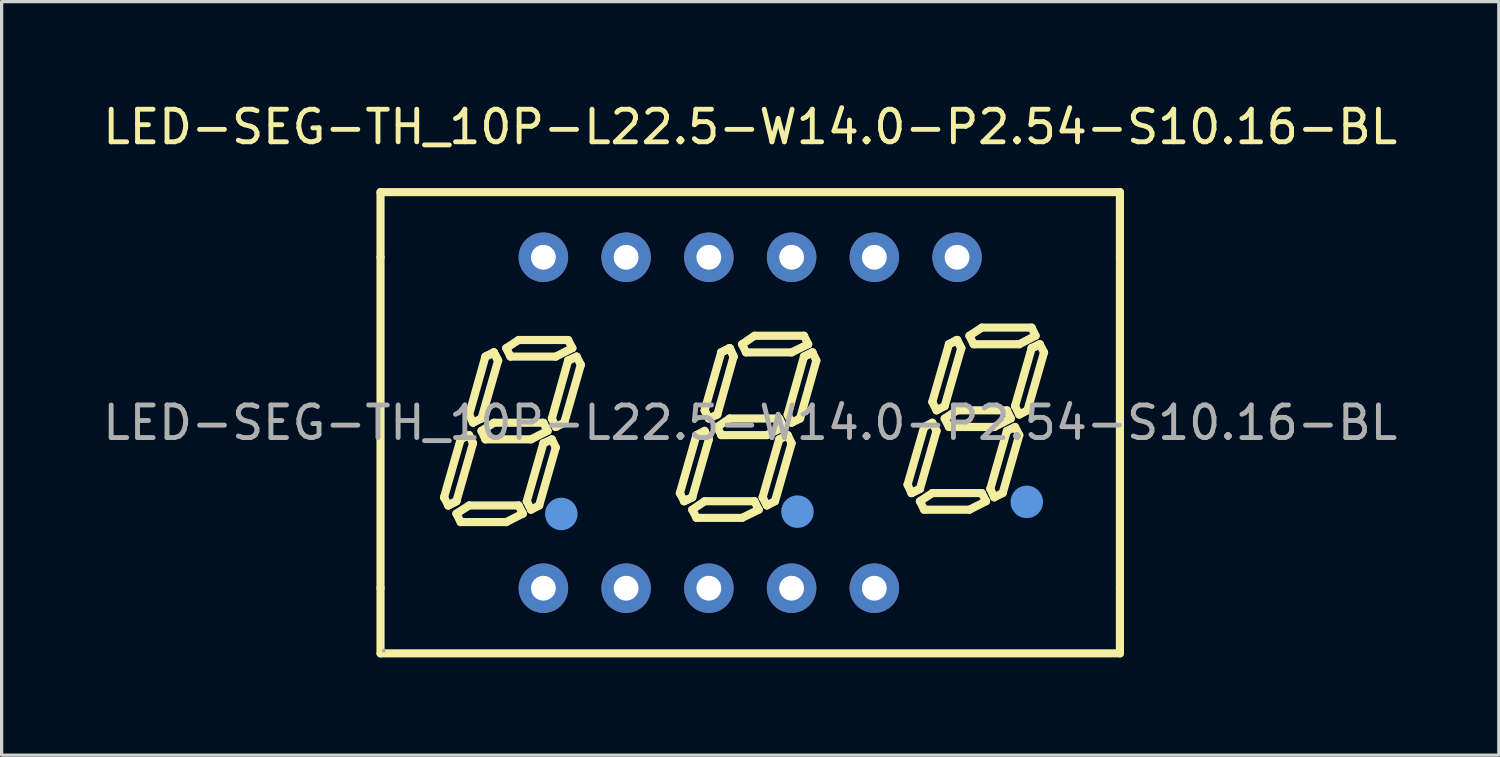
<source format=kicad_pcb>
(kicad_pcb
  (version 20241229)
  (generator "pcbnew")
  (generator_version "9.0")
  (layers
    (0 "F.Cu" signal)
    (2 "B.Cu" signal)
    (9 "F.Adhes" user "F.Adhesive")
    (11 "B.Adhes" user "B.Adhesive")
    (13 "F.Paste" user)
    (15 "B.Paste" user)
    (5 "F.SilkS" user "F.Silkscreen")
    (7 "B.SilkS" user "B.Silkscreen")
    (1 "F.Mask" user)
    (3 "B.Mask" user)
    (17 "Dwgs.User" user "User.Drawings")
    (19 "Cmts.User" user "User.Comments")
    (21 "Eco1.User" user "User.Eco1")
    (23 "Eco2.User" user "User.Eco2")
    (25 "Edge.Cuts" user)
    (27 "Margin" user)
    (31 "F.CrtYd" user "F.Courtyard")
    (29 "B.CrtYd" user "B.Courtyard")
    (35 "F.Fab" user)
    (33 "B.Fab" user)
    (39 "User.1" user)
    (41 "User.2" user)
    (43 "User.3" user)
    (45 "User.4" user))
  (footprint "LED-SEG-TH_10P-L22.5-W14.0-P2.54-S10.16-BL"
    (layer "F.Cu")
    (at 19.982 9.928)
    (property "Reference" "LED-SEG-TH_10P-L22.5-W14.0-P2.54-S10.16-BL" (at 0 -9.08 0) (layer "F.SilkS") (effects (font (size 1 1) (thickness 0.15))))
    (attr through_hole)
    (fp_line (start -11.35 -7.08) (end 11.35 -7.08) (stroke (width 0.25) (type solid)) (layer "F.SilkS"))
    (fp_line (start -11.35 -5.08) (end -11.35 -7.08) (stroke (width 0.25) (type solid)) (layer "F.SilkS"))
    (fp_line (start -11.35 5.08) (end -11.35 -5.08) (stroke (width 0.25) (type solid)) (layer "F.SilkS"))
    (fp_line (start -11.35 7.08) (end -11.35 5.08) (stroke (width 0.25) (type solid)) (layer "F.SilkS"))
    (fp_line (start -9.4 2.29) (end -9.27 2.54) (stroke (width 0.25) (type solid)) (layer "F.SilkS"))
    (fp_line (start -9.27 2.54) (end -9.02 2.41) (stroke (width 0.25) (type solid)) (layer "F.SilkS"))
    (fp_line (start -9.27 2.54) (end -9.02 2.41) (stroke (width 0.25) (type solid)) (layer "F.SilkS"))
    (fp_line (start -9.02 2.41) (end -8.51 0.63) (stroke (width 0.25) (type solid)) (layer "F.SilkS"))
    (fp_line (start -9.02 2.79) (end -8.63 2.54) (stroke (width 0.25) (type solid)) (layer "F.SilkS"))
    (fp_line (start -8.89 0.51) (end -9.4 2.29) (stroke (width 0.25) (type solid)) (layer "F.SilkS"))
    (fp_line (start -8.89 3.05) (end -9.02 2.79) (stroke (width 0.25) (type solid)) (layer "F.SilkS"))
    (fp_line (start -8.63 -0.25) (end -8.51 0) (stroke (width 0.25) (type solid)) (layer "F.SilkS"))
    (fp_line (start -8.63 0.38) (end -8.89 0.51) (stroke (width 0.25) (type solid)) (layer "F.SilkS"))
    (fp_line (start -8.63 2.54) (end -7.11 2.54) (stroke (width 0.25) (type solid)) (layer "F.SilkS"))
    (fp_line (start -8.51 0) (end -8.25 -0.13) (stroke (width 0.25) (type solid)) (layer "F.SilkS"))
    (fp_line (start -8.51 0.63) (end -8.63 0.38) (stroke (width 0.25) (type solid)) (layer "F.SilkS"))
    (fp_line (start -8.25 -0.13) (end -7.74 -1.91) (stroke (width 0.25) (type solid)) (layer "F.SilkS"))
    (fp_line (start -8.25 0.25) (end -7.87 0) (stroke (width 0.25) (type solid)) (layer "F.SilkS"))
    (fp_line (start -8.13 -2.03) (end -8.63 -0.25) (stroke (width 0.25) (type solid)) (layer "F.SilkS"))
    (fp_line (start -8.13 0.51) (end -8.25 0.25) (stroke (width 0.25) (type solid)) (layer "F.SilkS"))
    (fp_line (start -7.87 -2.16) (end -8.13 -2.03) (stroke (width 0.25) (type solid)) (layer "F.SilkS"))
    (fp_line (start -7.87 -2.16) (end -8.13 -2.03) (stroke (width 0.25) (type solid)) (layer "F.SilkS"))
    (fp_line (start -7.87 0) (end -6.35 0) (stroke (width 0.25) (type solid)) (layer "F.SilkS"))
    (fp_line (start -7.74 -1.91) (end -7.87 -2.16) (stroke (width 0.25) (type solid)) (layer "F.SilkS"))
    (fp_line (start -7.74 -1.91) (end -7.87 -2.16) (stroke (width 0.25) (type solid)) (layer "F.SilkS"))
    (fp_line (start -7.49 -2.29) (end -7.11 -2.54) (stroke (width 0.25) (type solid)) (layer "F.SilkS"))
    (fp_line (start -7.49 3.05) (end -8.89 3.05) (stroke (width 0.25) (type solid)) (layer "F.SilkS"))
    (fp_line (start -7.36 -2.03) (end -7.49 -2.29) (stroke (width 0.25) (type solid)) (layer "F.SilkS"))
    (fp_line (start -7.11 -2.54) (end -5.59 -2.54) (stroke (width 0.25) (type solid)) (layer "F.SilkS"))
    (fp_line (start -7.11 2.54) (end -6.98 2.79) (stroke (width 0.25) (type solid)) (layer "F.SilkS"))
    (fp_line (start -6.98 2.79) (end -7.49 3.05) (stroke (width 0.25) (type solid)) (layer "F.SilkS"))
    (fp_line (start -6.86 2.41) (end -6.73 2.67) (stroke (width 0.25) (type solid)) (layer "F.SilkS"))
    (fp_line (start -6.73 0.51) (end -8.13 0.51) (stroke (width 0.25) (type solid)) (layer "F.SilkS"))
    (fp_line (start -6.73 2.67) (end -6.48 2.54) (stroke (width 0.25) (type solid)) (layer "F.SilkS"))
    (fp_line (start -6.48 2.54) (end -5.97 0.76) (stroke (width 0.25) (type solid)) (layer "F.SilkS"))
    (fp_line (start -6.35 0) (end -6.22 0.25) (stroke (width 0.25) (type solid)) (layer "F.SilkS"))
    (fp_line (start -6.35 0.63) (end -6.86 2.41) (stroke (width 0.25) (type solid)) (layer "F.SilkS"))
    (fp_line (start -6.22 0.25) (end -6.73 0.51) (stroke (width 0.25) (type solid)) (layer "F.SilkS"))
    (fp_line (start -6.09 -0.13) (end -5.97 0.13) (stroke (width 0.25) (type solid)) (layer "F.SilkS"))
    (fp_line (start -6.09 0.51) (end -6.35 0.63) (stroke (width 0.25) (type solid)) (layer "F.SilkS"))
    (fp_line (start -5.97 -2.03) (end -7.36 -2.03) (stroke (width 0.25) (type solid)) (layer "F.SilkS"))
    (fp_line (start -5.97 0.13) (end -5.71 0) (stroke (width 0.25) (type solid)) (layer "F.SilkS"))
    (fp_line (start -5.97 0.76) (end -6.09 0.51) (stroke (width 0.25) (type solid)) (layer "F.SilkS"))
    (fp_line (start -5.71 0) (end -5.2 -1.78) (stroke (width 0.25) (type solid)) (layer "F.SilkS"))
    (fp_line (start -5.59 -2.54) (end -5.46 -2.29) (stroke (width 0.25) (type solid)) (layer "F.SilkS"))
    (fp_line (start -5.59 -1.91) (end -6.09 -0.13) (stroke (width 0.25) (type solid)) (layer "F.SilkS"))
    (fp_line (start -5.59 -1.91) (end -5.33 -2.03) (stroke (width 0.25) (type solid)) (layer "F.SilkS"))
    (fp_line (start -5.46 -2.29) (end -5.97 -2.03) (stroke (width 0.25) (type solid)) (layer "F.SilkS"))
    (fp_line (start -5.33 -2.03) (end -5.59 -1.91) (stroke (width 0.25) (type solid)) (layer "F.SilkS"))
    (fp_line (start -5.2 -1.78) (end -5.33 -2.03) (stroke (width 0.25) (type solid)) (layer "F.SilkS"))
    (fp_line (start -2.16 2.16) (end -2.03 2.41) (stroke (width 0.25) (type solid)) (layer "F.SilkS"))
    (fp_line (start -2.03 2.41) (end -1.78 2.29) (stroke (width 0.25) (type solid)) (layer "F.SilkS"))
    (fp_line (start -2.03 2.41) (end -1.78 2.29) (stroke (width 0.25) (type solid)) (layer "F.SilkS"))
    (fp_line (start -1.78 2.29) (end -1.27 0.51) (stroke (width 0.25) (type solid)) (layer "F.SilkS"))
    (fp_line (start -1.78 2.67) (end -1.4 2.41) (stroke (width 0.25) (type solid)) (layer "F.SilkS"))
    (fp_line (start -1.65 0.38) (end -2.16 2.16) (stroke (width 0.25) (type solid)) (layer "F.SilkS"))
    (fp_line (start -1.65 2.92) (end -1.78 2.67) (stroke (width 0.25) (type solid)) (layer "F.SilkS"))
    (fp_line (start -1.4 -0.38) (end -1.27 -0.13) (stroke (width 0.25) (type solid)) (layer "F.SilkS"))
    (fp_line (start -1.4 0.25) (end -1.65 0.38) (stroke (width 0.25) (type solid)) (layer "F.SilkS"))
    (fp_line (start -1.4 2.41) (end 0.13 2.41) (stroke (width 0.25) (type solid)) (layer "F.SilkS"))
    (fp_line (start -1.27 -0.13) (end -1.01 -0.25) (stroke (width 0.25) (type solid)) (layer "F.SilkS"))
    (fp_line (start -1.27 0.51) (end -1.4 0.25) (stroke (width 0.25) (type solid)) (layer "F.SilkS"))
    (fp_line (start -1.01 -0.25) (end -0.51 -2.03) (stroke (width 0.25) (type solid)) (layer "F.SilkS"))
    (fp_line (start -1.01 0.13) (end -0.63 -0.13) (stroke (width 0.25) (type solid)) (layer "F.SilkS"))
    (fp_line (start -0.89 -2.16) (end -1.4 -0.38) (stroke (width 0.25) (type solid)) (layer "F.SilkS"))
    (fp_line (start -0.89 -2.16) (end -0.63 -2.29) (stroke (width 0.25) (type solid)) (layer "F.SilkS"))
    (fp_line (start -0.89 0.38) (end -1.01 0.13) (stroke (width 0.25) (type solid)) (layer "F.SilkS"))
    (fp_line (start -0.63 -2.29) (end -0.89 -2.16) (stroke (width 0.25) (type solid)) (layer "F.SilkS"))
    (fp_line (start -0.63 -2.29) (end -0.51 -2.03) (stroke (width 0.25) (type solid)) (layer "F.SilkS"))
    (fp_line (start -0.63 -0.13) (end 0.89 -0.13) (stroke (width 0.25) (type solid)) (layer "F.SilkS"))
    (fp_line (start -0.51 -2.03) (end -0.63 -2.29) (stroke (width 0.25) (type solid)) (layer "F.SilkS"))
    (fp_line (start -0.25 -2.41) (end 0.13 -2.67) (stroke (width 0.25) (type solid)) (layer "F.SilkS"))
    (fp_line (start -0.25 2.92) (end -1.65 2.92) (stroke (width 0.25) (type solid)) (layer "F.SilkS"))
    (fp_line (start -0.13 -2.16) (end -0.25 -2.41) (stroke (width 0.25) (type solid)) (layer "F.SilkS"))
    (fp_line (start 0.13 -2.67) (end 1.65 -2.67) (stroke (width 0.25) (type solid)) (layer "F.SilkS"))
    (fp_line (start 0.13 2.41) (end 0.26 2.67) (stroke (width 0.25) (type solid)) (layer "F.SilkS"))
    (fp_line (start 0.26 2.67) (end -0.25 2.92) (stroke (width 0.25) (type solid)) (layer "F.SilkS"))
    (fp_line (start 0.38 2.29) (end 0.51 2.54) (stroke (width 0.25) (type solid)) (layer "F.SilkS"))
    (fp_line (start 0.51 0.38) (end -0.89 0.38) (stroke (width 0.25) (type solid)) (layer "F.SilkS"))
    (fp_line (start 0.51 2.54) (end 0.76 2.41) (stroke (width 0.25) (type solid)) (layer "F.SilkS"))
    (fp_line (start 0.76 2.41) (end 1.27 0.63) (stroke (width 0.25) (type solid)) (layer "F.SilkS"))
    (fp_line (start 0.89 -0.13) (end 1.02 0.13) (stroke (width 0.25) (type solid)) (layer "F.SilkS"))
    (fp_line (start 0.89 0.51) (end 0.38 2.29) (stroke (width 0.25) (type solid)) (layer "F.SilkS"))
    (fp_line (start 1.02 0.13) (end 0.51 0.38) (stroke (width 0.25) (type solid)) (layer "F.SilkS"))
    (fp_line (start 1.15 -0.25) (end 1.65 -2.03) (stroke (width 0.25) (type solid)) (layer "F.SilkS"))
    (fp_line (start 1.15 0.38) (end 0.89 0.51) (stroke (width 0.25) (type solid)) (layer "F.SilkS"))
    (fp_line (start 1.27 -2.16) (end -0.13 -2.16) (stroke (width 0.25) (type solid)) (layer "F.SilkS"))
    (fp_line (start 1.27 0) (end 1.15 -0.25) (stroke (width 0.25) (type solid)) (layer "F.SilkS"))
    (fp_line (start 1.27 0.63) (end 1.15 0.38) (stroke (width 0.25) (type solid)) (layer "F.SilkS"))
    (fp_line (start 1.53 -0.13) (end 1.27 0) (stroke (width 0.25) (type solid)) (layer "F.SilkS"))
    (fp_line (start 1.65 -2.67) (end 1.78 -2.41) (stroke (width 0.25) (type solid)) (layer "F.SilkS"))
    (fp_line (start 1.65 -2.03) (end 1.91 -2.16) (stroke (width 0.25) (type solid)) (layer "F.SilkS"))
    (fp_line (start 1.78 -2.41) (end 1.27 -2.16) (stroke (width 0.25) (type solid)) (layer "F.SilkS"))
    (fp_line (start 1.91 -2.16) (end 1.65 -2.03) (stroke (width 0.25) (type solid)) (layer "F.SilkS"))
    (fp_line (start 1.91 -2.16) (end 2.03 -1.91) (stroke (width 0.25) (type solid)) (layer "F.SilkS"))
    (fp_line (start 2.03 -1.91) (end 1.53 -0.13) (stroke (width 0.25) (type solid)) (layer "F.SilkS"))
    (fp_line (start 4.83 1.9) (end 4.95 2.16) (stroke (width 0.25) (type solid)) (layer "F.SilkS"))
    (fp_line (start 4.95 2.16) (end 5.21 2.03) (stroke (width 0.25) (type solid)) (layer "F.SilkS"))
    (fp_line (start 4.95 2.16) (end 5.21 2.03) (stroke (width 0.25) (type solid)) (layer "F.SilkS"))
    (fp_line (start 5.21 2.03) (end 5.72 0.25) (stroke (width 0.25) (type solid)) (layer "F.SilkS"))
    (fp_line (start 5.21 2.41) (end 5.59 2.16) (stroke (width 0.25) (type solid)) (layer "F.SilkS"))
    (fp_line (start 5.34 0.13) (end 4.83 1.9) (stroke (width 0.25) (type solid)) (layer "F.SilkS"))
    (fp_line (start 5.34 2.67) (end 5.21 2.41) (stroke (width 0.25) (type solid)) (layer "F.SilkS"))
    (fp_line (start 5.59 -0.64) (end 5.72 -0.38) (stroke (width 0.25) (type solid)) (layer "F.SilkS"))
    (fp_line (start 5.59 0) (end 5.34 0.13) (stroke (width 0.25) (type solid)) (layer "F.SilkS"))
    (fp_line (start 5.59 2.16) (end 7.11 2.16) (stroke (width 0.25) (type solid)) (layer "F.SilkS"))
    (fp_line (start 5.72 -0.38) (end 5.97 -0.51) (stroke (width 0.25) (type solid)) (layer "F.SilkS"))
    (fp_line (start 5.72 0.25) (end 5.59 0) (stroke (width 0.25) (type solid)) (layer "F.SilkS"))
    (fp_line (start 5.97 -0.51) (end 6.48 -2.29) (stroke (width 0.25) (type solid)) (layer "F.SilkS"))
    (fp_line (start 5.97 -0.13) (end 6.35 -0.38) (stroke (width 0.25) (type solid)) (layer "F.SilkS"))
    (fp_line (start 6.1 -2.41) (end 5.59 -0.64) (stroke (width 0.25) (type solid)) (layer "F.SilkS"))
    (fp_line (start 6.1 0.13) (end 5.97 -0.13) (stroke (width 0.25) (type solid)) (layer "F.SilkS"))
    (fp_line (start 6.35 -2.54) (end 6.1 -2.41) (stroke (width 0.25) (type solid)) (layer "F.SilkS"))
    (fp_line (start 6.35 -2.54) (end 6.1 -2.41) (stroke (width 0.25) (type solid)) (layer "F.SilkS"))
    (fp_line (start 6.35 -0.38) (end 7.88 -0.38) (stroke (width 0.25) (type solid)) (layer "F.SilkS"))
    (fp_line (start 6.48 -2.29) (end 6.35 -2.54) (stroke (width 0.25) (type solid)) (layer "F.SilkS"))
    (fp_line (start 6.48 -2.29) (end 6.35 -2.54) (stroke (width 0.25) (type solid)) (layer "F.SilkS"))
    (fp_line (start 6.73 -2.67) (end 7.11 -2.92) (stroke (width 0.25) (type solid)) (layer "F.SilkS"))
    (fp_line (start 6.73 2.67) (end 5.34 2.67) (stroke (width 0.25) (type solid)) (layer "F.SilkS"))
    (fp_line (start 6.86 -2.41) (end 6.73 -2.67) (stroke (width 0.25) (type solid)) (layer "F.SilkS"))
    (fp_line (start 7.11 -2.92) (end 8.64 -2.92) (stroke (width 0.25) (type solid)) (layer "F.SilkS"))
    (fp_line (start 7.11 2.16) (end 7.24 2.41) (stroke (width 0.25) (type solid)) (layer "F.SilkS"))
    (fp_line (start 7.24 2.41) (end 6.73 2.67) (stroke (width 0.25) (type solid)) (layer "F.SilkS"))
    (fp_line (start 7.37 2.03) (end 7.49 2.29) (stroke (width 0.25) (type solid)) (layer "F.SilkS"))
    (fp_line (start 7.49 0.13) (end 6.1 0.13) (stroke (width 0.25) (type solid)) (layer "F.SilkS"))
    (fp_line (start 7.49 2.29) (end 7.75 2.16) (stroke (width 0.25) (type solid)) (layer "F.SilkS"))
    (fp_line (start 7.75 2.16) (end 8.26 0.38) (stroke (width 0.25) (type solid)) (layer "F.SilkS"))
    (fp_line (start 7.88 -0.38) (end 8 -0.13) (stroke (width 0.25) (type solid)) (layer "F.SilkS"))
    (fp_line (start 7.88 0.25) (end 7.37 2.03) (stroke (width 0.25) (type solid)) (layer "F.SilkS"))
    (fp_line (start 8 -0.13) (end 7.49 0.13) (stroke (width 0.25) (type solid)) (layer "F.SilkS"))
    (fp_line (start 8.13 -0.51) (end 8.26 -0.25) (stroke (width 0.25) (type solid)) (layer "F.SilkS"))
    (fp_line (start 8.13 0.13) (end 7.88 0.25) (stroke (width 0.25) (type solid)) (layer "F.SilkS"))
    (fp_line (start 8.26 -2.41) (end 6.86 -2.41) (stroke (width 0.25) (type solid)) (layer "F.SilkS"))
    (fp_line (start 8.26 -0.25) (end 8.51 -0.38) (stroke (width 0.25) (type solid)) (layer "F.SilkS"))
    (fp_line (start 8.26 0.38) (end 8.13 0.13) (stroke (width 0.25) (type solid)) (layer "F.SilkS"))
    (fp_line (start 8.51 -0.38) (end 9.02 -2.16) (stroke (width 0.25) (type solid)) (layer "F.SilkS"))
    (fp_line (start 8.64 -2.92) (end 8.76 -2.67) (stroke (width 0.25) (type solid)) (layer "F.SilkS"))
    (fp_line (start 8.64 -2.29) (end 8.13 -0.51) (stroke (width 0.25) (type solid)) (layer "F.SilkS"))
    (fp_line (start 8.64 -2.29) (end 8.89 -2.41) (stroke (width 0.25) (type solid)) (layer "F.SilkS"))
    (fp_line (start 8.76 -2.67) (end 8.26 -2.41) (stroke (width 0.25) (type solid)) (layer "F.SilkS"))
    (fp_line (start 8.89 -2.41) (end 8.64 -2.29) (stroke (width 0.25) (type solid)) (layer "F.SilkS"))
    (fp_line (start 9.02 -2.16) (end 8.89 -2.41) (stroke (width 0.25) (type solid)) (layer "F.SilkS"))
    (fp_line (start 11.35 -7.08) (end 11.35 -5.08) (stroke (width 0.25) (type solid)) (layer "F.SilkS"))
    (fp_line (start 11.35 -5.08) (end 11.35 5.08) (stroke (width 0.25) (type solid)) (layer "F.SilkS"))
    (fp_line (start 11.35 5.08) (end 11.35 7.08) (stroke (width 0.25) (type solid)) (layer "F.SilkS"))
    (fp_line (start 11.35 7.08) (end -11.35 7.08) (stroke (width 0.25) (type solid)) (layer "F.SilkS"))
    (fp_arc (start -5.76 2.61) (mid -5.775001 2.970208) (end -5.770001 2.609722) (stroke (width 0.25) (type solid)) (layer "F.SilkS"))
    (fp_arc (start 1.48 2.49) (mid 1.464999 2.850208) (end 1.469999 2.489722) (stroke (width 0.25) (type solid)) (layer "F.SilkS"))
    (fp_arc (start 8.46 2.23) (mid 8.46 2.23) (end 8.46 2.23) (stroke (width 0.25) (type solid)) (layer "F.SilkS"))
    (fp_circle (center -5.8 2.8) (end -5.55 2.8) (stroke (width 0.5) (type solid)) (fill no) (layer "Cmts.User"))
    (fp_circle (center 1.45 2.73) (end 1.7 2.73) (stroke (width 0.5) (type solid)) (fill no) (layer "Cmts.User"))
    (fp_circle (center 8.49 2.43) (end 8.74 2.43) (stroke (width 0.5) (type solid)) (fill no) (layer "Cmts.User"))
    (fp_circle (center -11.25 7) (end -11.22 7) (stroke (width 0.06) (type solid)) (fill no) (layer "F.Fab"))
    (fp_circle (center -6.35 -5.08) (end -6.24 -5.08) (stroke (width 0.22) (type solid)) (fill no) (layer "F.Fab"))
    (fp_circle (center -6.35 5.08) (end -6.24 5.08) (stroke (width 0.22) (type solid)) (fill no) (layer "F.Fab"))
    (fp_circle (center -3.81 -5.08) (end -3.7 -5.08) (stroke (width 0.22) (type solid)) (fill no) (layer "F.Fab"))
    (fp_circle (center -3.81 5.08) (end -3.7 5.08) (stroke (width 0.22) (type solid)) (fill no) (layer "F.Fab"))
    (fp_circle (center -1.27 -5.08) (end -1.16 -5.08) (stroke (width 0.22) (type solid)) (fill no) (layer "F.Fab"))
    (fp_circle (center -1.27 5.08) (end -1.16 5.08) (stroke (width 0.22) (type solid)) (fill no) (layer "F.Fab"))
    (fp_circle (center 1.27 -5.08) (end 1.38 -5.08) (stroke (width 0.22) (type solid)) (fill no) (layer "F.Fab"))
    (fp_circle (center 1.27 5.08) (end 1.38 5.08) (stroke (width 0.22) (type solid)) (fill no) (layer "F.Fab"))
    (fp_circle (center 3.81 -5.08) (end 3.92 -5.08) (stroke (width 0.22) (type solid)) (fill no) (layer "F.Fab"))
    (fp_circle (center 3.81 5.08) (end 3.92 5.08) (stroke (width 0.22) (type solid)) (fill no) (layer "F.Fab"))
    (fp_circle (center 6.35 -5.08) (end 6.46 -5.08) (stroke (width 0.22) (type solid)) (fill no) (layer "F.Fab"))
    (fp_text user "${REFERENCE}" (at 0 0 0) (layer "F.Fab") (effects (font (size 1 1) (thickness 0.15))))
    (pad "1" thru_hole circle (at -6.35 5.08) (size 1.52 1.52) (drill 0.762) (layers "*.Cu" "*.Paste" "*.Mask"))
    (pad "2" thru_hole circle (at -3.81 5.08) (size 1.52 1.52) (drill 0.762) (layers "*.Cu" "*.Paste" "*.Mask"))
    (pad "3" thru_hole circle (at -1.27 5.08) (size 1.52 1.52) (drill 0.762) (layers "*.Cu" "*.Paste" "*.Mask"))
    (pad "4" thru_hole circle (at 1.27 5.08) (size 1.52 1.52) (drill 0.762) (layers "*.Cu" "*.Paste" "*.Mask"))
    (pad "5" thru_hole circle (at 3.81 5.08) (size 1.52 1.52) (drill 0.762) (layers "*.Cu" "*.Paste" "*.Mask"))
    (pad "7" thru_hole circle (at 6.35 -5.08) (size 1.52 1.52) (drill 0.762) (layers "*.Cu" "*.Paste" "*.Mask"))
    (pad "8" thru_hole circle (at 3.81 -5.08) (size 1.52 1.52) (drill 0.762) (layers "*.Cu" "*.Paste" "*.Mask"))
    (pad "9" thru_hole circle (at 1.27 -5.08) (size 1.52 1.52) (drill 0.762) (layers "*.Cu" "*.Paste" "*.Mask"))
    (pad "10" thru_hole circle (at -1.27 -5.08) (size 1.52 1.52) (drill 0.762) (layers "*.Cu" "*.Paste" "*.Mask"))
    (pad "11" thru_hole circle (at -3.81 -5.08) (size 1.52 1.52) (drill 0.762) (layers "*.Cu" "*.Paste" "*.Mask"))
    (pad "12" thru_hole circle (at -6.35 -5.08) (size 1.52 1.52) (drill 0.762) (layers "*.Cu" "*.Paste" "*.Mask")))
  (gr_rect
    (start -3 -3)
    (end 42.964 20.133)
    (stroke (width 0.1) (type default))
    (fill no)
    (layer "Edge.Cuts")))
</source>
